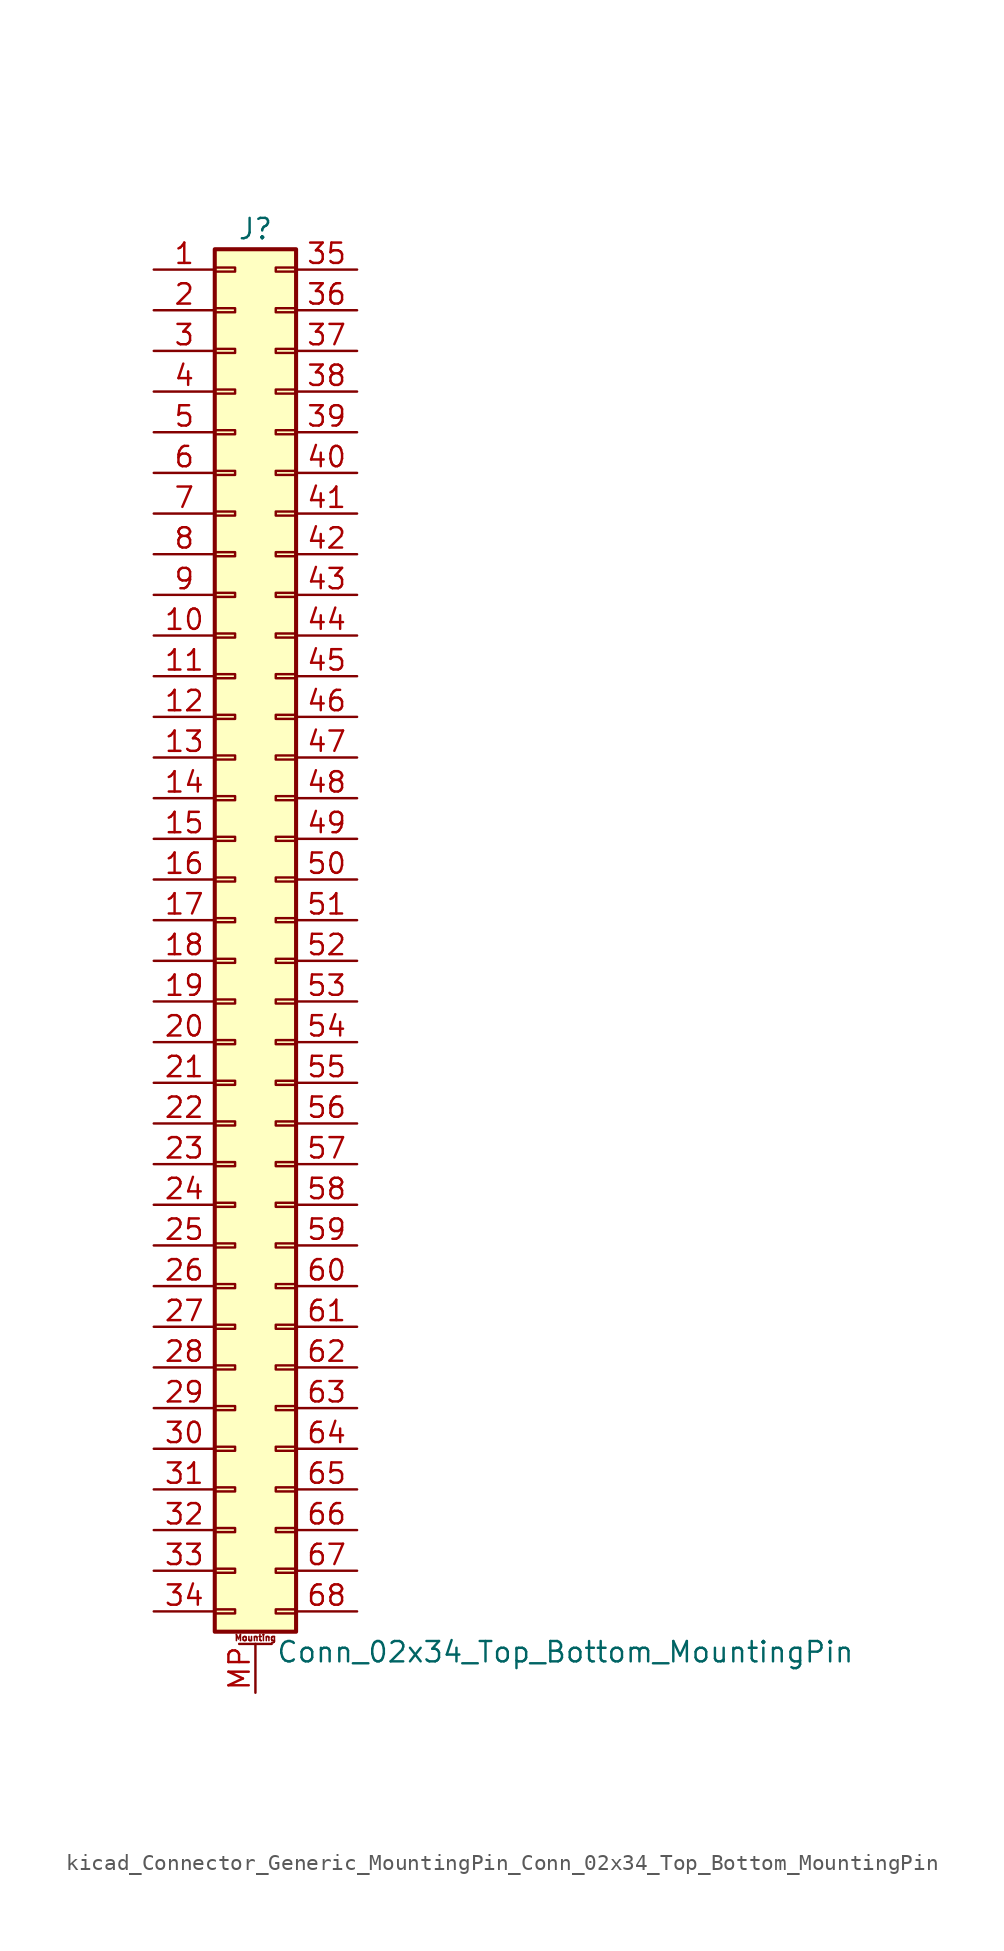
<source format=kicad_sym>
(kicad_symbol_lib
  (version 20220914)
  (generator kicad_symbol_editor)
  (symbol "kicad_Connector_Generic_MountingPin_Conn_02x34_Top_Bottom_MountingPin"
    (pin_names
      (offset 1.016) hide)
    (property "Reference" "J"
      (at 1.27 43.18 0)
      (effects (font (size 1.27 1.27))))
    (property "Value" "Conn_02x34_Top_Bottom_MountingPin"
      (at 2.54 -45.72 0)
      (effects (font (size 1.27 1.27)) (justify left)))
    (symbol "kicad_Connector_Generic_MountingPin_Conn_02x34_Top_Bottom_MountingPin_1_1"
      (rectangle (start -1.27 -43.053) (end 0 -43.307) (stroke (width 0.152) (type default)) (fill (type none)))
      (rectangle (start -1.27 -40.513) (end 0 -40.767) (stroke (width 0.152) (type default)) (fill (type none)))
      (rectangle (start -1.27 -37.973) (end 0 -38.227) (stroke (width 0.152) (type default)) (fill (type none)))
      (rectangle (start -1.27 -35.433) (end 0 -35.687) (stroke (width 0.152) (type default)) (fill (type none)))
      (rectangle (start -1.27 -32.893) (end 0 -33.147) (stroke (width 0.152) (type default)) (fill (type none)))
      (rectangle (start -1.27 -30.353) (end 0 -30.607) (stroke (width 0.152) (type default)) (fill (type none)))
      (rectangle (start -1.27 -27.813) (end 0 -28.067) (stroke (width 0.152) (type default)) (fill (type none)))
      (rectangle (start -1.27 -25.273) (end 0 -25.527) (stroke (width 0.152) (type default)) (fill (type none)))
      (rectangle (start -1.27 -22.733) (end 0 -22.987) (stroke (width 0.152) (type default)) (fill (type none)))
      (rectangle (start -1.27 -20.193) (end 0 -20.447) (stroke (width 0.152) (type default)) (fill (type none)))
      (rectangle (start -1.27 -17.653) (end 0 -17.907) (stroke (width 0.152) (type default)) (fill (type none)))
      (rectangle (start -1.27 -15.113) (end 0 -15.367) (stroke (width 0.152) (type default)) (fill (type none)))
      (rectangle (start -1.27 -12.573) (end 0 -12.827) (stroke (width 0.152) (type default)) (fill (type none)))
      (rectangle (start -1.27 -10.033) (end 0 -10.287) (stroke (width 0.152) (type default)) (fill (type none)))
      (rectangle (start -1.27 -7.493) (end 0 -7.747) (stroke (width 0.152) (type default)) (fill (type none)))
      (rectangle (start -1.27 -4.953) (end 0 -5.207) (stroke (width 0.152) (type default)) (fill (type none)))
      (rectangle (start -1.27 -2.413) (end 0 -2.667) (stroke (width 0.152) (type default)) (fill (type none)))
      (rectangle (start -1.27 0.127) (end 0 -0.127) (stroke (width 0.152) (type default)) (fill (type none)))
      (rectangle (start -1.27 2.667) (end 0 2.413) (stroke (width 0.152) (type default)) (fill (type none)))
      (rectangle (start -1.27 5.207) (end 0 4.953) (stroke (width 0.152) (type default)) (fill (type none)))
      (rectangle (start -1.27 7.747) (end 0 7.493) (stroke (width 0.152) (type default)) (fill (type none)))
      (rectangle (start -1.27 10.287) (end 0 10.033) (stroke (width 0.152) (type default)) (fill (type none)))
      (rectangle (start -1.27 12.827) (end 0 12.573) (stroke (width 0.152) (type default)) (fill (type none)))
      (rectangle (start -1.27 15.367) (end 0 15.113) (stroke (width 0.152) (type default)) (fill (type none)))
      (rectangle (start -1.27 17.907) (end 0 17.653) (stroke (width 0.152) (type default)) (fill (type none)))
      (rectangle (start -1.27 20.447) (end 0 20.193) (stroke (width 0.152) (type default)) (fill (type none)))
      (rectangle (start -1.27 22.987) (end 0 22.733) (stroke (width 0.152) (type default)) (fill (type none)))
      (rectangle (start -1.27 25.527) (end 0 25.273) (stroke (width 0.152) (type default)) (fill (type none)))
      (rectangle (start -1.27 28.067) (end 0 27.813) (stroke (width 0.152) (type default)) (fill (type none)))
      (rectangle (start -1.27 30.607) (end 0 30.353) (stroke (width 0.152) (type default)) (fill (type none)))
      (rectangle (start -1.27 33.147) (end 0 32.893) (stroke (width 0.152) (type default)) (fill (type none)))
      (rectangle (start -1.27 35.687) (end 0 35.433) (stroke (width 0.152) (type default)) (fill (type none)))
      (rectangle (start -1.27 38.227) (end 0 37.973) (stroke (width 0.152) (type default)) (fill (type none)))
      (rectangle (start -1.27 40.767) (end 0 40.513) (stroke (width 0.152) (type default)) (fill (type none)))
      (rectangle (start -1.27 41.91) (end 3.81 -44.45) (stroke (width 0.254) (type default)) (fill (type background)))
      (polyline (pts (xy 0.254 -45.212) (xy 2.286 -45.212)) (stroke (width 0.152) (type default)) (fill (type none)))
      (rectangle (start 3.81 -43.053) (end 2.54 -43.307) (stroke (width 0.152) (type default)) (fill (type none)))
      (rectangle (start 3.81 -40.513) (end 2.54 -40.767) (stroke (width 0.152) (type default)) (fill (type none)))
      (rectangle (start 3.81 -37.973) (end 2.54 -38.227) (stroke (width 0.152) (type default)) (fill (type none)))
      (rectangle (start 3.81 -35.433) (end 2.54 -35.687) (stroke (width 0.152) (type default)) (fill (type none)))
      (rectangle (start 3.81 -32.893) (end 2.54 -33.147) (stroke (width 0.152) (type default)) (fill (type none)))
      (rectangle (start 3.81 -30.353) (end 2.54 -30.607) (stroke (width 0.152) (type default)) (fill (type none)))
      (rectangle (start 3.81 -27.813) (end 2.54 -28.067) (stroke (width 0.152) (type default)) (fill (type none)))
      (rectangle (start 3.81 -25.273) (end 2.54 -25.527) (stroke (width 0.152) (type default)) (fill (type none)))
      (rectangle (start 3.81 -22.733) (end 2.54 -22.987) (stroke (width 0.152) (type default)) (fill (type none)))
      (rectangle (start 3.81 -20.193) (end 2.54 -20.447) (stroke (width 0.152) (type default)) (fill (type none)))
      (rectangle (start 3.81 -17.653) (end 2.54 -17.907) (stroke (width 0.152) (type default)) (fill (type none)))
      (rectangle (start 3.81 -15.113) (end 2.54 -15.367) (stroke (width 0.152) (type default)) (fill (type none)))
      (rectangle (start 3.81 -12.573) (end 2.54 -12.827) (stroke (width 0.152) (type default)) (fill (type none)))
      (rectangle (start 3.81 -10.033) (end 2.54 -10.287) (stroke (width 0.152) (type default)) (fill (type none)))
      (rectangle (start 3.81 -7.493) (end 2.54 -7.747) (stroke (width 0.152) (type default)) (fill (type none)))
      (rectangle (start 3.81 -4.953) (end 2.54 -5.207) (stroke (width 0.152) (type default)) (fill (type none)))
      (rectangle (start 3.81 -2.413) (end 2.54 -2.667) (stroke (width 0.152) (type default)) (fill (type none)))
      (rectangle (start 3.81 0.127) (end 2.54 -0.127) (stroke (width 0.152) (type default)) (fill (type none)))
      (rectangle (start 3.81 2.667) (end 2.54 2.413) (stroke (width 0.152) (type default)) (fill (type none)))
      (rectangle (start 3.81 5.207) (end 2.54 4.953) (stroke (width 0.152) (type default)) (fill (type none)))
      (rectangle (start 3.81 7.747) (end 2.54 7.493) (stroke (width 0.152) (type default)) (fill (type none)))
      (rectangle (start 3.81 10.287) (end 2.54 10.033) (stroke (width 0.152) (type default)) (fill (type none)))
      (rectangle (start 3.81 12.827) (end 2.54 12.573) (stroke (width 0.152) (type default)) (fill (type none)))
      (rectangle (start 3.81 15.367) (end 2.54 15.113) (stroke (width 0.152) (type default)) (fill (type none)))
      (rectangle (start 3.81 17.907) (end 2.54 17.653) (stroke (width 0.152) (type default)) (fill (type none)))
      (rectangle (start 3.81 20.447) (end 2.54 20.193) (stroke (width 0.152) (type default)) (fill (type none)))
      (rectangle (start 3.81 22.987) (end 2.54 22.733) (stroke (width 0.152) (type default)) (fill (type none)))
      (rectangle (start 3.81 25.527) (end 2.54 25.273) (stroke (width 0.152) (type default)) (fill (type none)))
      (rectangle (start 3.81 28.067) (end 2.54 27.813) (stroke (width 0.152) (type default)) (fill (type none)))
      (rectangle (start 3.81 30.607) (end 2.54 30.353) (stroke (width 0.152) (type default)) (fill (type none)))
      (rectangle (start 3.81 33.147) (end 2.54 32.893) (stroke (width 0.152) (type default)) (fill (type none)))
      (rectangle (start 3.81 35.687) (end 2.54 35.433) (stroke (width 0.152) (type default)) (fill (type none)))
      (rectangle (start 3.81 38.227) (end 2.54 37.973) (stroke (width 0.152) (type default)) (fill (type none)))
      (rectangle (start 3.81 40.767) (end 2.54 40.513) (stroke (width 0.152) (type default)) (fill (type none)))
      (text "Mounting" (at 1.27 -44.831 0) (effects (font (size 0.381 0.381))))
      (pin passive line (at -5.08 40.64 0) (length 3.81) (name "Pin_1" (effects (font (size 1.27 1.27)))) (number "1" (effects (font (size 1.27 1.27)))))
      (pin passive line (at -5.08 17.78 0) (length 3.81) (name "Pin_10" (effects (font (size 1.27 1.27)))) (number "10" (effects (font (size 1.27 1.27)))))
      (pin passive line (at -5.08 15.24 0) (length 3.81) (name "Pin_11" (effects (font (size 1.27 1.27)))) (number "11" (effects (font (size 1.27 1.27)))))
      (pin passive line (at -5.08 12.7 0) (length 3.81) (name "Pin_12" (effects (font (size 1.27 1.27)))) (number "12" (effects (font (size 1.27 1.27)))))
      (pin passive line (at -5.08 10.16 0) (length 3.81) (name "Pin_13" (effects (font (size 1.27 1.27)))) (number "13" (effects (font (size 1.27 1.27)))))
      (pin passive line (at -5.08 7.62 0) (length 3.81) (name "Pin_14" (effects (font (size 1.27 1.27)))) (number "14" (effects (font (size 1.27 1.27)))))
      (pin passive line (at -5.08 5.08 0) (length 3.81) (name "Pin_15" (effects (font (size 1.27 1.27)))) (number "15" (effects (font (size 1.27 1.27)))))
      (pin passive line (at -5.08 2.54 0) (length 3.81) (name "Pin_16" (effects (font (size 1.27 1.27)))) (number "16" (effects (font (size 1.27 1.27)))))
      (pin passive line (at -5.08 0 0) (length 3.81) (name "Pin_17" (effects (font (size 1.27 1.27)))) (number "17" (effects (font (size 1.27 1.27)))))
      (pin passive line (at -5.08 -2.54 0) (length 3.81) (name "Pin_18" (effects (font (size 1.27 1.27)))) (number "18" (effects (font (size 1.27 1.27)))))
      (pin passive line (at -5.08 -5.08 0) (length 3.81) (name "Pin_19" (effects (font (size 1.27 1.27)))) (number "19" (effects (font (size 1.27 1.27)))))
      (pin passive line (at -5.08 38.1 0) (length 3.81) (name "Pin_2" (effects (font (size 1.27 1.27)))) (number "2" (effects (font (size 1.27 1.27)))))
      (pin passive line (at -5.08 -7.62 0) (length 3.81) (name "Pin_20" (effects (font (size 1.27 1.27)))) (number "20" (effects (font (size 1.27 1.27)))))
      (pin passive line (at -5.08 -10.16 0) (length 3.81) (name "Pin_21" (effects (font (size 1.27 1.27)))) (number "21" (effects (font (size 1.27 1.27)))))
      (pin passive line (at -5.08 -12.7 0) (length 3.81) (name "Pin_22" (effects (font (size 1.27 1.27)))) (number "22" (effects (font (size 1.27 1.27)))))
      (pin passive line (at -5.08 -15.24 0) (length 3.81) (name "Pin_23" (effects (font (size 1.27 1.27)))) (number "23" (effects (font (size 1.27 1.27)))))
      (pin passive line (at -5.08 -17.78 0) (length 3.81) (name "Pin_24" (effects (font (size 1.27 1.27)))) (number "24" (effects (font (size 1.27 1.27)))))
      (pin passive line (at -5.08 -20.32 0) (length 3.81) (name "Pin_25" (effects (font (size 1.27 1.27)))) (number "25" (effects (font (size 1.27 1.27)))))
      (pin passive line (at -5.08 -22.86 0) (length 3.81) (name "Pin_26" (effects (font (size 1.27 1.27)))) (number "26" (effects (font (size 1.27 1.27)))))
      (pin passive line (at -5.08 -25.4 0) (length 3.81) (name "Pin_27" (effects (font (size 1.27 1.27)))) (number "27" (effects (font (size 1.27 1.27)))))
      (pin passive line (at -5.08 -27.94 0) (length 3.81) (name "Pin_28" (effects (font (size 1.27 1.27)))) (number "28" (effects (font (size 1.27 1.27)))))
      (pin passive line (at -5.08 -30.48 0) (length 3.81) (name "Pin_29" (effects (font (size 1.27 1.27)))) (number "29" (effects (font (size 1.27 1.27)))))
      (pin passive line (at -5.08 35.56 0) (length 3.81) (name "Pin_3" (effects (font (size 1.27 1.27)))) (number "3" (effects (font (size 1.27 1.27)))))
      (pin passive line (at -5.08 -33.02 0) (length 3.81) (name "Pin_30" (effects (font (size 1.27 1.27)))) (number "30" (effects (font (size 1.27 1.27)))))
      (pin passive line (at -5.08 -35.56 0) (length 3.81) (name "Pin_31" (effects (font (size 1.27 1.27)))) (number "31" (effects (font (size 1.27 1.27)))))
      (pin passive line (at -5.08 -38.1 0) (length 3.81) (name "Pin_32" (effects (font (size 1.27 1.27)))) (number "32" (effects (font (size 1.27 1.27)))))
      (pin passive line (at -5.08 -40.64 0) (length 3.81) (name "Pin_33" (effects (font (size 1.27 1.27)))) (number "33" (effects (font (size 1.27 1.27)))))
      (pin passive line (at -5.08 -43.18 0) (length 3.81) (name "Pin_34" (effects (font (size 1.27 1.27)))) (number "34" (effects (font (size 1.27 1.27)))))
      (pin passive line (at 7.62 40.64 180) (length 3.81) (name "Pin_35" (effects (font (size 1.27 1.27)))) (number "35" (effects (font (size 1.27 1.27)))))
      (pin passive line (at 7.62 38.1 180) (length 3.81) (name "Pin_36" (effects (font (size 1.27 1.27)))) (number "36" (effects (font (size 1.27 1.27)))))
      (pin passive line (at 7.62 35.56 180) (length 3.81) (name "Pin_37" (effects (font (size 1.27 1.27)))) (number "37" (effects (font (size 1.27 1.27)))))
      (pin passive line (at 7.62 33.02 180) (length 3.81) (name "Pin_38" (effects (font (size 1.27 1.27)))) (number "38" (effects (font (size 1.27 1.27)))))
      (pin passive line (at 7.62 30.48 180) (length 3.81) (name "Pin_39" (effects (font (size 1.27 1.27)))) (number "39" (effects (font (size 1.27 1.27)))))
      (pin passive line (at -5.08 33.02 0) (length 3.81) (name "Pin_4" (effects (font (size 1.27 1.27)))) (number "4" (effects (font (size 1.27 1.27)))))
      (pin passive line (at 7.62 27.94 180) (length 3.81) (name "Pin_40" (effects (font (size 1.27 1.27)))) (number "40" (effects (font (size 1.27 1.27)))))
      (pin passive line (at 7.62 25.4 180) (length 3.81) (name "Pin_41" (effects (font (size 1.27 1.27)))) (number "41" (effects (font (size 1.27 1.27)))))
      (pin passive line (at 7.62 22.86 180) (length 3.81) (name "Pin_42" (effects (font (size 1.27 1.27)))) (number "42" (effects (font (size 1.27 1.27)))))
      (pin passive line (at 7.62 20.32 180) (length 3.81) (name "Pin_43" (effects (font (size 1.27 1.27)))) (number "43" (effects (font (size 1.27 1.27)))))
      (pin passive line (at 7.62 17.78 180) (length 3.81) (name "Pin_44" (effects (font (size 1.27 1.27)))) (number "44" (effects (font (size 1.27 1.27)))))
      (pin passive line (at 7.62 15.24 180) (length 3.81) (name "Pin_45" (effects (font (size 1.27 1.27)))) (number "45" (effects (font (size 1.27 1.27)))))
      (pin passive line (at 7.62 12.7 180) (length 3.81) (name "Pin_46" (effects (font (size 1.27 1.27)))) (number "46" (effects (font (size 1.27 1.27)))))
      (pin passive line (at 7.62 10.16 180) (length 3.81) (name "Pin_47" (effects (font (size 1.27 1.27)))) (number "47" (effects (font (size 1.27 1.27)))))
      (pin passive line (at 7.62 7.62 180) (length 3.81) (name "Pin_48" (effects (font (size 1.27 1.27)))) (number "48" (effects (font (size 1.27 1.27)))))
      (pin passive line (at 7.62 5.08 180) (length 3.81) (name "Pin_49" (effects (font (size 1.27 1.27)))) (number "49" (effects (font (size 1.27 1.27)))))
      (pin passive line (at -5.08 30.48 0) (length 3.81) (name "Pin_5" (effects (font (size 1.27 1.27)))) (number "5" (effects (font (size 1.27 1.27)))))
      (pin passive line (at 7.62 2.54 180) (length 3.81) (name "Pin_50" (effects (font (size 1.27 1.27)))) (number "50" (effects (font (size 1.27 1.27)))))
      (pin passive line (at 7.62 0 180) (length 3.81) (name "Pin_51" (effects (font (size 1.27 1.27)))) (number "51" (effects (font (size 1.27 1.27)))))
      (pin passive line (at 7.62 -2.54 180) (length 3.81) (name "Pin_52" (effects (font (size 1.27 1.27)))) (number "52" (effects (font (size 1.27 1.27)))))
      (pin passive line (at 7.62 -5.08 180) (length 3.81) (name "Pin_53" (effects (font (size 1.27 1.27)))) (number "53" (effects (font (size 1.27 1.27)))))
      (pin passive line (at 7.62 -7.62 180) (length 3.81) (name "Pin_54" (effects (font (size 1.27 1.27)))) (number "54" (effects (font (size 1.27 1.27)))))
      (pin passive line (at 7.62 -10.16 180) (length 3.81) (name "Pin_55" (effects (font (size 1.27 1.27)))) (number "55" (effects (font (size 1.27 1.27)))))
      (pin passive line (at 7.62 -12.7 180) (length 3.81) (name "Pin_56" (effects (font (size 1.27 1.27)))) (number "56" (effects (font (size 1.27 1.27)))))
      (pin passive line (at 7.62 -15.24 180) (length 3.81) (name "Pin_57" (effects (font (size 1.27 1.27)))) (number "57" (effects (font (size 1.27 1.27)))))
      (pin passive line (at 7.62 -17.78 180) (length 3.81) (name "Pin_58" (effects (font (size 1.27 1.27)))) (number "58" (effects (font (size 1.27 1.27)))))
      (pin passive line (at 7.62 -20.32 180) (length 3.81) (name "Pin_59" (effects (font (size 1.27 1.27)))) (number "59" (effects (font (size 1.27 1.27)))))
      (pin passive line (at -5.08 27.94 0) (length 3.81) (name "Pin_6" (effects (font (size 1.27 1.27)))) (number "6" (effects (font (size 1.27 1.27)))))
      (pin passive line (at 7.62 -22.86 180) (length 3.81) (name "Pin_60" (effects (font (size 1.27 1.27)))) (number "60" (effects (font (size 1.27 1.27)))))
      (pin passive line (at 7.62 -25.4 180) (length 3.81) (name "Pin_61" (effects (font (size 1.27 1.27)))) (number "61" (effects (font (size 1.27 1.27)))))
      (pin passive line (at 7.62 -27.94 180) (length 3.81) (name "Pin_62" (effects (font (size 1.27 1.27)))) (number "62" (effects (font (size 1.27 1.27)))))
      (pin passive line (at 7.62 -30.48 180) (length 3.81) (name "Pin_63" (effects (font (size 1.27 1.27)))) (number "63" (effects (font (size 1.27 1.27)))))
      (pin passive line (at 7.62 -33.02 180) (length 3.81) (name "Pin_64" (effects (font (size 1.27 1.27)))) (number "64" (effects (font (size 1.27 1.27)))))
      (pin passive line (at 7.62 -35.56 180) (length 3.81) (name "Pin_65" (effects (font (size 1.27 1.27)))) (number "65" (effects (font (size 1.27 1.27)))))
      (pin passive line (at 7.62 -38.1 180) (length 3.81) (name "Pin_66" (effects (font (size 1.27 1.27)))) (number "66" (effects (font (size 1.27 1.27)))))
      (pin passive line (at 7.62 -40.64 180) (length 3.81) (name "Pin_67" (effects (font (size 1.27 1.27)))) (number "67" (effects (font (size 1.27 1.27)))))
      (pin passive line (at 7.62 -43.18 180) (length 3.81) (name "Pin_68" (effects (font (size 1.27 1.27)))) (number "68" (effects (font (size 1.27 1.27)))))
      (pin passive line (at -5.08 25.4 0) (length 3.81) (name "Pin_7" (effects (font (size 1.27 1.27)))) (number "7" (effects (font (size 1.27 1.27)))))
      (pin passive line (at -5.08 22.86 0) (length 3.81) (name "Pin_8" (effects (font (size 1.27 1.27)))) (number "8" (effects (font (size 1.27 1.27)))))
      (pin passive line (at -5.08 20.32 0) (length 3.81) (name "Pin_9" (effects (font (size 1.27 1.27)))) (number "9" (effects (font (size 1.27 1.27)))))
      (pin passive line (at 1.27 -48.26 90) (length 3.048) (name "MountPin" (effects (font (size 1.27 1.27)))) (number "MP" (effects (font (size 1.27 1.27))))))))
</source>
